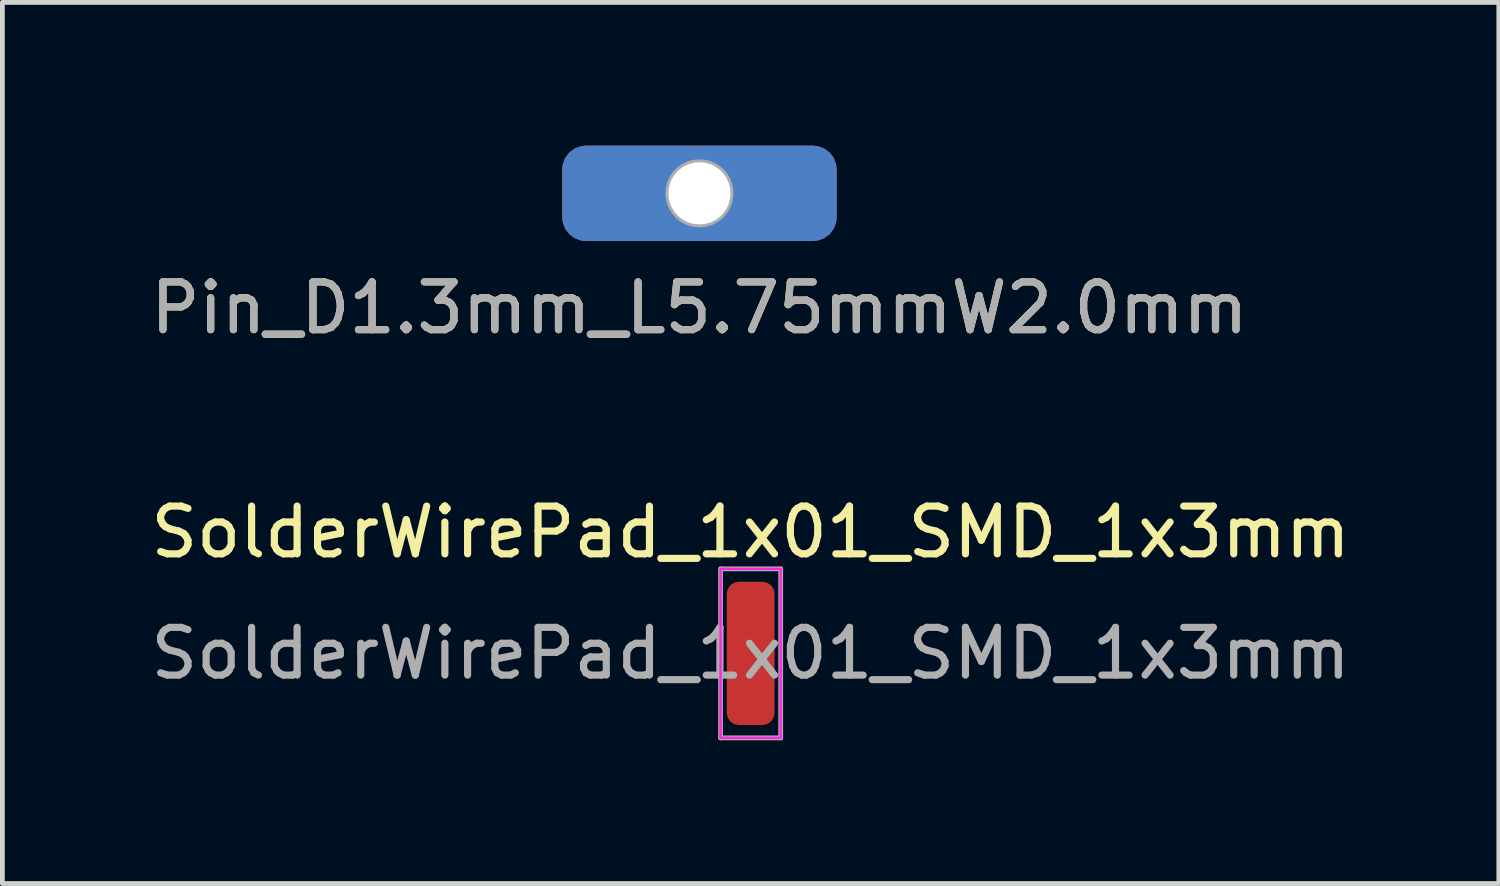
<source format=kicad_pcb>
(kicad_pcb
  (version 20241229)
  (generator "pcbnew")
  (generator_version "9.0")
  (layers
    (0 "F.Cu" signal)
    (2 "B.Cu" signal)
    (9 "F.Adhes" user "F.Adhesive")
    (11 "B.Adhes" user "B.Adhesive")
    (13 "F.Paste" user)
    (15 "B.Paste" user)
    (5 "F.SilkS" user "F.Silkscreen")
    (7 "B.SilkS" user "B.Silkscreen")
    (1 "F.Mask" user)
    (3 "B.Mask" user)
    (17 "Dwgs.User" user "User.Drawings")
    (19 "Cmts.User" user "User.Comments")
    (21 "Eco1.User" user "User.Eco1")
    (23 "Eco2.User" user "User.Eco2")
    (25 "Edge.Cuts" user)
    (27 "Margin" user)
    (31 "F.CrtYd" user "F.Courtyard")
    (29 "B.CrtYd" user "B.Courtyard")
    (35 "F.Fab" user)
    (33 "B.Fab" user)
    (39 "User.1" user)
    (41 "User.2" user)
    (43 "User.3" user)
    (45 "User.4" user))
  (footprint "Pin_D1.3mm_L5.75mmW2.0mm"
    (layer "F.Cu")
    (at 11.601 1)
    (property "Reference" "Pin_D1.3mm_L5.75mmW2.0mm" (at 0 2.4 0) (layer "F.SilkS") (effects (font (size 1 1) (thickness 0.15))))
    (attr through_hole)
    (fp_circle (center 0 0) (end 0.65 -0.05) (stroke (width 0.12) (type solid)) (fill no) (layer "F.Fab"))
    (fp_text user "${REFERENCE}" (at 0 2.4 0) (layer "F.Fab") (effects (font (size 1 1) (thickness 0.15))))
    (pad "1" thru_hole roundrect (at 0 0) (size 5.75 2) (drill 1.3) (layers "*.Cu" "*.Mask") (roundrect_rratio 0.25)))
  (footprint "SolderWirePad_1x01_SMD_1x3mm"
    (layer "F.Cu")
    (at 12.673 10.636)
    (property "Reference" "SolderWirePad_1x01_SMD_1x3mm" (at 0 -2.54 0) (layer "F.SilkS") (effects (font (size 1 1) (thickness 0.15))))
    (attr exclude_from_pos_files exclude_from_bom)
    (fp_line (start -0.63 -1.77) (end -0.63 1.77) (stroke (width 0.05) (type solid)) (layer "F.CrtYd"))
    (fp_line (start -0.63 1.77) (end 0.63 1.77) (stroke (width 0.05) (type solid)) (layer "F.CrtYd"))
    (fp_line (start 0.63 -1.77) (end -0.63 -1.77) (stroke (width 0.05) (type solid)) (layer "F.CrtYd"))
    (fp_line (start 0.63 1.77) (end 0.63 -1.77) (stroke (width 0.05) (type solid)) (layer "F.CrtYd"))
    (fp_line (start -0.63 -1.77) (end 0.63 -1.77) (stroke (width 0.1) (type solid)) (layer "F.Fab"))
    (fp_line (start -0.63 1.77) (end -0.63 -1.77) (stroke (width 0.1) (type solid)) (layer "F.Fab"))
    (fp_line (start 0.63 -1.77) (end 0.63 1.77) (stroke (width 0.1) (type solid)) (layer "F.Fab"))
    (fp_line (start 0.63 1.77) (end -0.63 1.77) (stroke (width 0.1) (type solid)) (layer "F.Fab"))
    (fp_text user "${REFERENCE}" (at 0 0 0) (layer "F.Fab") (effects (font (size 1 1) (thickness 0.15))))
    (pad "1" smd roundrect (at 0 0) (size 1 3) (layers "F.Cu" "F.Mask" "F.Paste") (roundrect_rratio 0.25)))
  (gr_rect
    (start -3 -3)
    (end 28.345 15.457)
    (stroke (width 0.1) (type default))
    (fill no)
    (layer "Edge.Cuts")))
</source>
